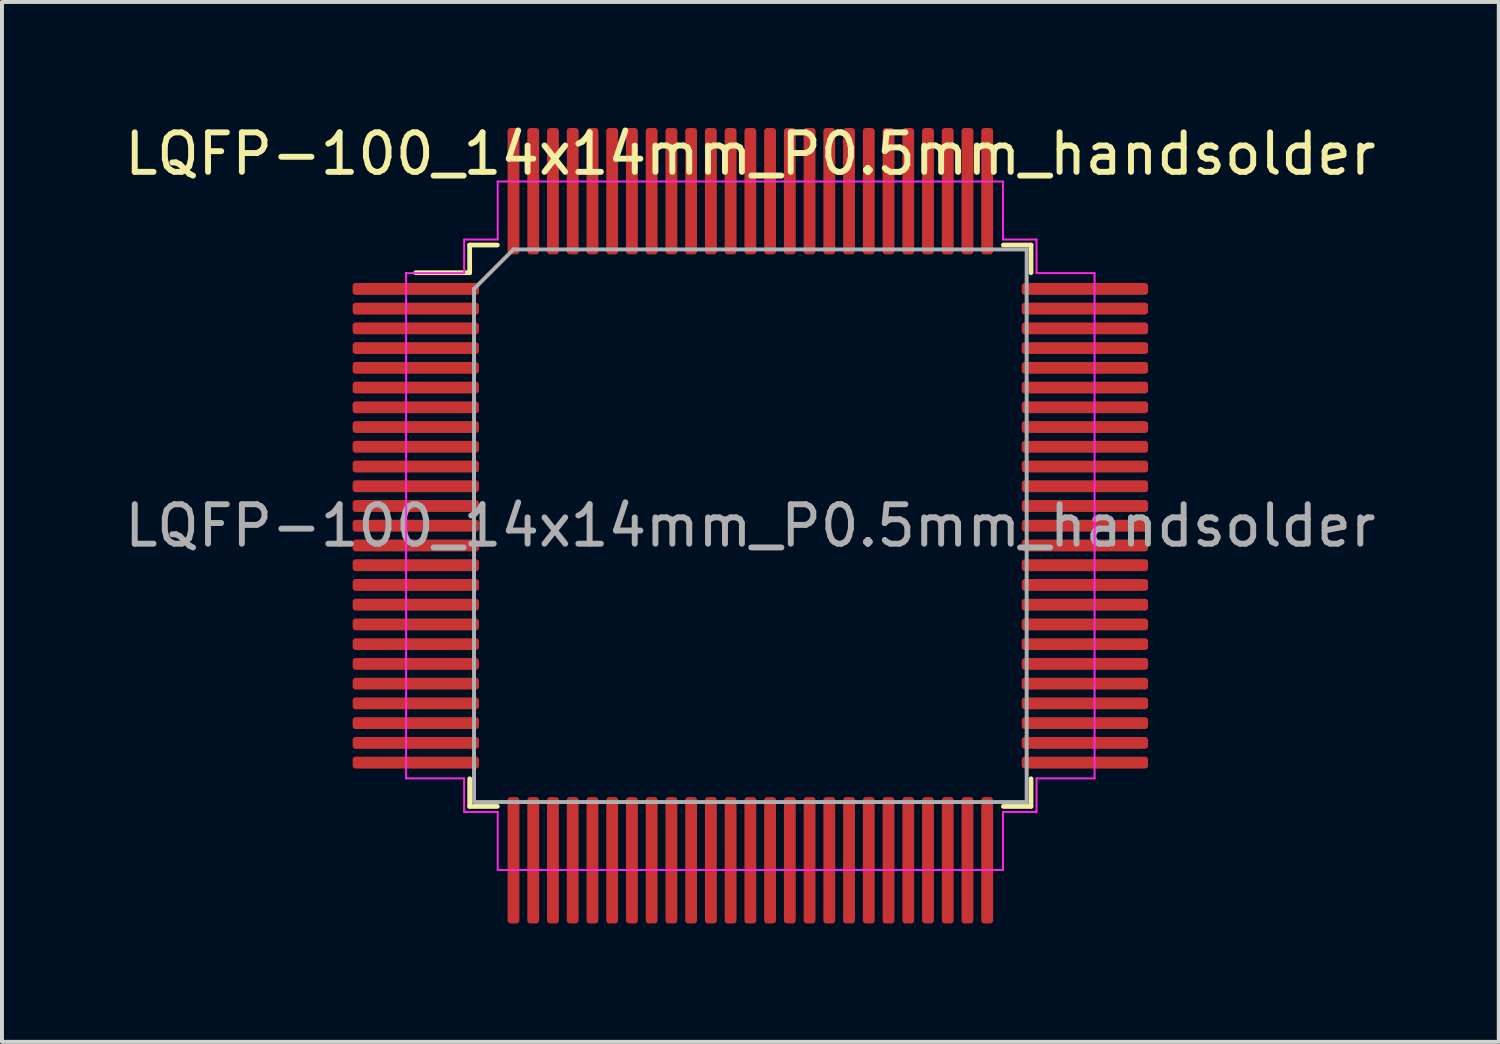
<source format=kicad_pcb>
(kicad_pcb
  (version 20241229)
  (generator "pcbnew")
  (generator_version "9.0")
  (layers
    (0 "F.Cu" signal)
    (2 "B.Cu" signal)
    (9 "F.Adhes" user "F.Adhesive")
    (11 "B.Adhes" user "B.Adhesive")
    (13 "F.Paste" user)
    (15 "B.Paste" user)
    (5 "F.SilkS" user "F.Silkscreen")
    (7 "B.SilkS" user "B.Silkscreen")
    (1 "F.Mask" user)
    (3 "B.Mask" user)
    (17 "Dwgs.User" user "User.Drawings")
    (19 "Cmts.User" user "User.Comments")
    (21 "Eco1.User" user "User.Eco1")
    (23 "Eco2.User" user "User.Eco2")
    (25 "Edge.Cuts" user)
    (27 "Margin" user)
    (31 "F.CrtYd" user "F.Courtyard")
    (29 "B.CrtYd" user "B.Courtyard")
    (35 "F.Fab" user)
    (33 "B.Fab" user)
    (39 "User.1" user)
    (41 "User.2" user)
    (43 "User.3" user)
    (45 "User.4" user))
  (footprint "LQFP-100_14x14mm_P0.5mm_handsolder"
    (layer "F.Cu")
    (at 15.958 10.268)
    (property "Reference" "LQFP-100_14x14mm_P0.5mm_handsolder" (at 0 -9.42 0) (layer "F.SilkS") (effects (font (size 1 1) (thickness 0.15))))
    (attr smd)
    (fp_line (start -7.11 -7.11) (end -7.11 -6.41) (stroke (width 0.12) (type solid)) (layer "F.SilkS"))
    (fp_line (start -7.11 -6.41) (end -8.475 -6.41) (stroke (width 0.12) (type solid)) (layer "F.SilkS"))
    (fp_line (start -7.11 7.11) (end -7.11 6.41) (stroke (width 0.12) (type solid)) (layer "F.SilkS"))
    (fp_line (start -6.41 -7.11) (end -7.11 -7.11) (stroke (width 0.12) (type solid)) (layer "F.SilkS"))
    (fp_line (start -6.41 7.11) (end -7.11 7.11) (stroke (width 0.12) (type solid)) (layer "F.SilkS"))
    (fp_line (start 6.41 -7.11) (end 7.11 -7.11) (stroke (width 0.12) (type solid)) (layer "F.SilkS"))
    (fp_line (start 6.41 7.11) (end 7.11 7.11) (stroke (width 0.12) (type solid)) (layer "F.SilkS"))
    (fp_line (start 7.11 -7.11) (end 7.11 -6.41) (stroke (width 0.12) (type solid)) (layer "F.SilkS"))
    (fp_line (start 7.11 7.11) (end 7.11 6.41) (stroke (width 0.12) (type solid)) (layer "F.SilkS"))
    (fp_line (start -8.72 -6.4) (end -8.72 0) (stroke (width 0.05) (type solid)) (layer "F.CrtYd"))
    (fp_line (start -8.72 6.4) (end -8.72 0) (stroke (width 0.05) (type solid)) (layer "F.CrtYd"))
    (fp_line (start -7.25 -7.25) (end -7.25 -6.4) (stroke (width 0.05) (type solid)) (layer "F.CrtYd"))
    (fp_line (start -7.25 -6.4) (end -8.72 -6.4) (stroke (width 0.05) (type solid)) (layer "F.CrtYd"))
    (fp_line (start -7.25 6.4) (end -8.72 6.4) (stroke (width 0.05) (type solid)) (layer "F.CrtYd"))
    (fp_line (start -7.25 7.25) (end -7.25 6.4) (stroke (width 0.05) (type solid)) (layer "F.CrtYd"))
    (fp_line (start -6.4 -8.72) (end -6.4 -7.25) (stroke (width 0.05) (type solid)) (layer "F.CrtYd"))
    (fp_line (start -6.4 -7.25) (end -7.25 -7.25) (stroke (width 0.05) (type solid)) (layer "F.CrtYd"))
    (fp_line (start -6.4 7.25) (end -7.25 7.25) (stroke (width 0.05) (type solid)) (layer "F.CrtYd"))
    (fp_line (start -6.4 8.72) (end -6.4 7.25) (stroke (width 0.05) (type solid)) (layer "F.CrtYd"))
    (fp_line (start 0 -8.72) (end -6.4 -8.72) (stroke (width 0.05) (type solid)) (layer "F.CrtYd"))
    (fp_line (start 0 -8.72) (end 6.4 -8.72) (stroke (width 0.05) (type solid)) (layer "F.CrtYd"))
    (fp_line (start 0 8.72) (end -6.4 8.72) (stroke (width 0.05) (type solid)) (layer "F.CrtYd"))
    (fp_line (start 0 8.72) (end 6.4 8.72) (stroke (width 0.05) (type solid)) (layer "F.CrtYd"))
    (fp_line (start 6.4 -8.72) (end 6.4 -7.25) (stroke (width 0.05) (type solid)) (layer "F.CrtYd"))
    (fp_line (start 6.4 -7.25) (end 7.25 -7.25) (stroke (width 0.05) (type solid)) (layer "F.CrtYd"))
    (fp_line (start 6.4 7.25) (end 7.25 7.25) (stroke (width 0.05) (type solid)) (layer "F.CrtYd"))
    (fp_line (start 6.4 8.72) (end 6.4 7.25) (stroke (width 0.05) (type solid)) (layer "F.CrtYd"))
    (fp_line (start 7.25 -7.25) (end 7.25 -6.4) (stroke (width 0.05) (type solid)) (layer "F.CrtYd"))
    (fp_line (start 7.25 -6.4) (end 8.72 -6.4) (stroke (width 0.05) (type solid)) (layer "F.CrtYd"))
    (fp_line (start 7.25 6.4) (end 8.72 6.4) (stroke (width 0.05) (type solid)) (layer "F.CrtYd"))
    (fp_line (start 7.25 7.25) (end 7.25 6.4) (stroke (width 0.05) (type solid)) (layer "F.CrtYd"))
    (fp_line (start 8.72 -6.4) (end 8.72 0) (stroke (width 0.05) (type solid)) (layer "F.CrtYd"))
    (fp_line (start 8.72 6.4) (end 8.72 0) (stroke (width 0.05) (type solid)) (layer "F.CrtYd"))
    (fp_line (start -7 -6) (end -6 -7) (stroke (width 0.1) (type solid)) (layer "F.Fab"))
    (fp_line (start -7 7) (end -7 -6) (stroke (width 0.1) (type solid)) (layer "F.Fab"))
    (fp_line (start -6 -7) (end 7 -7) (stroke (width 0.1) (type solid)) (layer "F.Fab"))
    (fp_line (start 7 -7) (end 7 7) (stroke (width 0.1) (type solid)) (layer "F.Fab"))
    (fp_line (start 7 7) (end -7 7) (stroke (width 0.1) (type solid)) (layer "F.Fab"))
    (fp_text user "${REFERENCE}" (at 0 0 0) (layer "F.Fab") (effects (font (size 1 1) (thickness 0.15))))
    (pad "1" smd roundrect (at -8.475 -6) (size 3.2 0.3) (layers "F.Cu" "F.Mask" "F.Paste") (roundrect_rratio 0.25))
    (pad "2" smd roundrect (at -8.475 -5.5) (size 3.2 0.3) (layers "F.Cu" "F.Mask" "F.Paste") (roundrect_rratio 0.25))
    (pad "3" smd roundrect (at -8.475 -5) (size 3.2 0.3) (layers "F.Cu" "F.Mask" "F.Paste") (roundrect_rratio 0.25))
    (pad "4" smd roundrect (at -8.475 -4.5) (size 3.2 0.3) (layers "F.Cu" "F.Mask" "F.Paste") (roundrect_rratio 0.25))
    (pad "5" smd roundrect (at -8.475 -4) (size 3.2 0.3) (layers "F.Cu" "F.Mask" "F.Paste") (roundrect_rratio 0.25))
    (pad "6" smd roundrect (at -8.475 -3.5) (size 3.2 0.3) (layers "F.Cu" "F.Mask" "F.Paste") (roundrect_rratio 0.25))
    (pad "7" smd roundrect (at -8.475 -3) (size 3.2 0.3) (layers "F.Cu" "F.Mask" "F.Paste") (roundrect_rratio 0.25))
    (pad "8" smd roundrect (at -8.475 -2.5) (size 3.2 0.3) (layers "F.Cu" "F.Mask" "F.Paste") (roundrect_rratio 0.25))
    (pad "9" smd roundrect (at -8.475 -2) (size 3.2 0.3) (layers "F.Cu" "F.Mask" "F.Paste") (roundrect_rratio 0.25))
    (pad "10" smd roundrect (at -8.475 -1.5) (size 3.2 0.3) (layers "F.Cu" "F.Mask" "F.Paste") (roundrect_rratio 0.25))
    (pad "11" smd roundrect (at -8.475 -1) (size 3.2 0.3) (layers "F.Cu" "F.Mask" "F.Paste") (roundrect_rratio 0.25))
    (pad "12" smd roundrect (at -8.475 -0.5) (size 3.2 0.3) (layers "F.Cu" "F.Mask" "F.Paste") (roundrect_rratio 0.25))
    (pad "13" smd roundrect (at -8.475 0) (size 3.2 0.3) (layers "F.Cu" "F.Mask" "F.Paste") (roundrect_rratio 0.25))
    (pad "14" smd roundrect (at -8.475 0.5) (size 3.2 0.3) (layers "F.Cu" "F.Mask" "F.Paste") (roundrect_rratio 0.25))
    (pad "15" smd roundrect (at -8.475 1) (size 3.2 0.3) (layers "F.Cu" "F.Mask" "F.Paste") (roundrect_rratio 0.25))
    (pad "16" smd roundrect (at -8.475 1.5) (size 3.2 0.3) (layers "F.Cu" "F.Mask" "F.Paste") (roundrect_rratio 0.25))
    (pad "17" smd roundrect (at -8.475 2) (size 3.2 0.3) (layers "F.Cu" "F.Mask" "F.Paste") (roundrect_rratio 0.25))
    (pad "18" smd roundrect (at -8.475 2.5) (size 3.2 0.3) (layers "F.Cu" "F.Mask" "F.Paste") (roundrect_rratio 0.25))
    (pad "19" smd roundrect (at -8.475 3) (size 3.2 0.3) (layers "F.Cu" "F.Mask" "F.Paste") (roundrect_rratio 0.25))
    (pad "20" smd roundrect (at -8.475 3.5) (size 3.2 0.3) (layers "F.Cu" "F.Mask" "F.Paste") (roundrect_rratio 0.25))
    (pad "21" smd roundrect (at -8.475 4) (size 3.2 0.3) (layers "F.Cu" "F.Mask" "F.Paste") (roundrect_rratio 0.25))
    (pad "22" smd roundrect (at -8.475 4.5) (size 3.2 0.3) (layers "F.Cu" "F.Mask" "F.Paste") (roundrect_rratio 0.25))
    (pad "23" smd roundrect (at -8.475 5) (size 3.2 0.3) (layers "F.Cu" "F.Mask" "F.Paste") (roundrect_rratio 0.25))
    (pad "24" smd roundrect (at -8.475 5.5) (size 3.2 0.3) (layers "F.Cu" "F.Mask" "F.Paste") (roundrect_rratio 0.25))
    (pad "25" smd roundrect (at -8.475 6) (size 3.2 0.3) (layers "F.Cu" "F.Mask" "F.Paste") (roundrect_rratio 0.25))
    (pad "26" smd roundrect (at -6 8.475) (size 0.3 3.2) (layers "F.Cu" "F.Mask" "F.Paste") (roundrect_rratio 0.25))
    (pad "27" smd roundrect (at -5.5 8.475) (size 0.3 3.2) (layers "F.Cu" "F.Mask" "F.Paste") (roundrect_rratio 0.25))
    (pad "28" smd roundrect (at -5 8.475) (size 0.3 3.2) (layers "F.Cu" "F.Mask" "F.Paste") (roundrect_rratio 0.25))
    (pad "29" smd roundrect (at -4.5 8.475) (size 0.3 3.2) (layers "F.Cu" "F.Mask" "F.Paste") (roundrect_rratio 0.25))
    (pad "30" smd roundrect (at -4 8.475) (size 0.3 3.2) (layers "F.Cu" "F.Mask" "F.Paste") (roundrect_rratio 0.25))
    (pad "31" smd roundrect (at -3.5 8.475) (size 0.3 3.2) (layers "F.Cu" "F.Mask" "F.Paste") (roundrect_rratio 0.25))
    (pad "32" smd roundrect (at -3 8.475) (size 0.3 3.2) (layers "F.Cu" "F.Mask" "F.Paste") (roundrect_rratio 0.25))
    (pad "33" smd roundrect (at -2.5 8.475) (size 0.3 3.2) (layers "F.Cu" "F.Mask" "F.Paste") (roundrect_rratio 0.25))
    (pad "34" smd roundrect (at -2 8.475) (size 0.3 3.2) (layers "F.Cu" "F.Mask" "F.Paste") (roundrect_rratio 0.25))
    (pad "35" smd roundrect (at -1.5 8.475) (size 0.3 3.2) (layers "F.Cu" "F.Mask" "F.Paste") (roundrect_rratio 0.25))
    (pad "36" smd roundrect (at -1 8.475) (size 0.3 3.2) (layers "F.Cu" "F.Mask" "F.Paste") (roundrect_rratio 0.25))
    (pad "37" smd roundrect (at -0.5 8.475) (size 0.3 3.2) (layers "F.Cu" "F.Mask" "F.Paste") (roundrect_rratio 0.25))
    (pad "38" smd roundrect (at 0 8.475) (size 0.3 3.2) (layers "F.Cu" "F.Mask" "F.Paste") (roundrect_rratio 0.25))
    (pad "39" smd roundrect (at 0.5 8.475) (size 0.3 3.2) (layers "F.Cu" "F.Mask" "F.Paste") (roundrect_rratio 0.25))
    (pad "40" smd roundrect (at 1 8.475) (size 0.3 3.2) (layers "F.Cu" "F.Mask" "F.Paste") (roundrect_rratio 0.25))
    (pad "41" smd roundrect (at 1.5 8.475) (size 0.3 3.2) (layers "F.Cu" "F.Mask" "F.Paste") (roundrect_rratio 0.25))
    (pad "42" smd roundrect (at 2 8.475) (size 0.3 3.2) (layers "F.Cu" "F.Mask" "F.Paste") (roundrect_rratio 0.25))
    (pad "43" smd roundrect (at 2.5 8.475) (size 0.3 3.2) (layers "F.Cu" "F.Mask" "F.Paste") (roundrect_rratio 0.25))
    (pad "44" smd roundrect (at 3 8.475) (size 0.3 3.2) (layers "F.Cu" "F.Mask" "F.Paste") (roundrect_rratio 0.25))
    (pad "45" smd roundrect (at 3.5 8.475) (size 0.3 3.2) (layers "F.Cu" "F.Mask" "F.Paste") (roundrect_rratio 0.25))
    (pad "46" smd roundrect (at 4 8.475) (size 0.3 3.2) (layers "F.Cu" "F.Mask" "F.Paste") (roundrect_rratio 0.25))
    (pad "47" smd roundrect (at 4.5 8.475) (size 0.3 3.2) (layers "F.Cu" "F.Mask" "F.Paste") (roundrect_rratio 0.25))
    (pad "48" smd roundrect (at 5 8.475) (size 0.3 3.2) (layers "F.Cu" "F.Mask" "F.Paste") (roundrect_rratio 0.25))
    (pad "49" smd roundrect (at 5.5 8.475) (size 0.3 3.2) (layers "F.Cu" "F.Mask" "F.Paste") (roundrect_rratio 0.25))
    (pad "50" smd roundrect (at 6 8.475) (size 0.3 3.2) (layers "F.Cu" "F.Mask" "F.Paste") (roundrect_rratio 0.25))
    (pad "51" smd roundrect (at 8.475 6) (size 3.2 0.3) (layers "F.Cu" "F.Mask" "F.Paste") (roundrect_rratio 0.25))
    (pad "52" smd roundrect (at 8.475 5.5) (size 3.2 0.3) (layers "F.Cu" "F.Mask" "F.Paste") (roundrect_rratio 0.25))
    (pad "53" smd roundrect (at 8.475 5) (size 3.2 0.3) (layers "F.Cu" "F.Mask" "F.Paste") (roundrect_rratio 0.25))
    (pad "54" smd roundrect (at 8.475 4.5) (size 3.2 0.3) (layers "F.Cu" "F.Mask" "F.Paste") (roundrect_rratio 0.25))
    (pad "55" smd roundrect (at 8.475 4) (size 3.2 0.3) (layers "F.Cu" "F.Mask" "F.Paste") (roundrect_rratio 0.25))
    (pad "56" smd roundrect (at 8.475 3.5) (size 3.2 0.3) (layers "F.Cu" "F.Mask" "F.Paste") (roundrect_rratio 0.25))
    (pad "57" smd roundrect (at 8.475 3) (size 3.2 0.3) (layers "F.Cu" "F.Mask" "F.Paste") (roundrect_rratio 0.25))
    (pad "58" smd roundrect (at 8.475 2.5) (size 3.2 0.3) (layers "F.Cu" "F.Mask" "F.Paste") (roundrect_rratio 0.25))
    (pad "59" smd roundrect (at 8.475 2) (size 3.2 0.3) (layers "F.Cu" "F.Mask" "F.Paste") (roundrect_rratio 0.25))
    (pad "60" smd roundrect (at 8.475 1.5) (size 3.2 0.3) (layers "F.Cu" "F.Mask" "F.Paste") (roundrect_rratio 0.25))
    (pad "61" smd roundrect (at 8.475 1) (size 3.2 0.3) (layers "F.Cu" "F.Mask" "F.Paste") (roundrect_rratio 0.25))
    (pad "62" smd roundrect (at 8.475 0.5) (size 3.2 0.3) (layers "F.Cu" "F.Mask" "F.Paste") (roundrect_rratio 0.25))
    (pad "63" smd roundrect (at 8.475 0) (size 3.2 0.3) (layers "F.Cu" "F.Mask" "F.Paste") (roundrect_rratio 0.25))
    (pad "64" smd roundrect (at 8.475 -0.5) (size 3.2 0.3) (layers "F.Cu" "F.Mask" "F.Paste") (roundrect_rratio 0.25))
    (pad "65" smd roundrect (at 8.475 -1) (size 3.2 0.3) (layers "F.Cu" "F.Mask" "F.Paste") (roundrect_rratio 0.25))
    (pad "66" smd roundrect (at 8.475 -1.5) (size 3.2 0.3) (layers "F.Cu" "F.Mask" "F.Paste") (roundrect_rratio 0.25))
    (pad "67" smd roundrect (at 8.475 -2) (size 3.2 0.3) (layers "F.Cu" "F.Mask" "F.Paste") (roundrect_rratio 0.25))
    (pad "68" smd roundrect (at 8.475 -2.5) (size 3.2 0.3) (layers "F.Cu" "F.Mask" "F.Paste") (roundrect_rratio 0.25))
    (pad "69" smd roundrect (at 8.475 -3) (size 3.2 0.3) (layers "F.Cu" "F.Mask" "F.Paste") (roundrect_rratio 0.25))
    (pad "70" smd roundrect (at 8.475 -3.5) (size 3.2 0.3) (layers "F.Cu" "F.Mask" "F.Paste") (roundrect_rratio 0.25))
    (pad "71" smd roundrect (at 8.475 -4) (size 3.2 0.3) (layers "F.Cu" "F.Mask" "F.Paste") (roundrect_rratio 0.25))
    (pad "72" smd roundrect (at 8.475 -4.5) (size 3.2 0.3) (layers "F.Cu" "F.Mask" "F.Paste") (roundrect_rratio 0.25))
    (pad "73" smd roundrect (at 8.475 -5) (size 3.2 0.3) (layers "F.Cu" "F.Mask" "F.Paste") (roundrect_rratio 0.25))
    (pad "74" smd roundrect (at 8.475 -5.5) (size 3.2 0.3) (layers "F.Cu" "F.Mask" "F.Paste") (roundrect_rratio 0.25))
    (pad "75" smd roundrect (at 8.475 -6) (size 3.2 0.3) (layers "F.Cu" "F.Mask" "F.Paste") (roundrect_rratio 0.25))
    (pad "76" smd roundrect (at 6 -8.475) (size 0.3 3.2) (layers "F.Cu" "F.Mask" "F.Paste") (roundrect_rratio 0.25))
    (pad "77" smd roundrect (at 5.5 -8.475) (size 0.3 3.2) (layers "F.Cu" "F.Mask" "F.Paste") (roundrect_rratio 0.25))
    (pad "78" smd roundrect (at 5 -8.475) (size 0.3 3.2) (layers "F.Cu" "F.Mask" "F.Paste") (roundrect_rratio 0.25))
    (pad "79" smd roundrect (at 4.5 -8.475) (size 0.3 3.2) (layers "F.Cu" "F.Mask" "F.Paste") (roundrect_rratio 0.25))
    (pad "80" smd roundrect (at 4 -8.475) (size 0.3 3.2) (layers "F.Cu" "F.Mask" "F.Paste") (roundrect_rratio 0.25))
    (pad "81" smd roundrect (at 3.5 -8.475) (size 0.3 3.2) (layers "F.Cu" "F.Mask" "F.Paste") (roundrect_rratio 0.25))
    (pad "82" smd roundrect (at 3 -8.475) (size 0.3 3.2) (layers "F.Cu" "F.Mask" "F.Paste") (roundrect_rratio 0.25))
    (pad "83" smd roundrect (at 2.5 -8.475) (size 0.3 3.2) (layers "F.Cu" "F.Mask" "F.Paste") (roundrect_rratio 0.25))
    (pad "84" smd roundrect (at 2 -8.475) (size 0.3 3.2) (layers "F.Cu" "F.Mask" "F.Paste") (roundrect_rratio 0.25))
    (pad "85" smd roundrect (at 1.5 -8.475) (size 0.3 3.2) (layers "F.Cu" "F.Mask" "F.Paste") (roundrect_rratio 0.25))
    (pad "86" smd roundrect (at 1 -8.475) (size 0.3 3.2) (layers "F.Cu" "F.Mask" "F.Paste") (roundrect_rratio 0.25))
    (pad "87" smd roundrect (at 0.5 -8.475) (size 0.3 3.2) (layers "F.Cu" "F.Mask" "F.Paste") (roundrect_rratio 0.25))
    (pad "88" smd roundrect (at 0 -8.475) (size 0.3 3.2) (layers "F.Cu" "F.Mask" "F.Paste") (roundrect_rratio 0.25))
    (pad "89" smd roundrect (at -0.5 -8.475) (size 0.3 3.2) (layers "F.Cu" "F.Mask" "F.Paste") (roundrect_rratio 0.25))
    (pad "90" smd roundrect (at -1 -8.475) (size 0.3 3.2) (layers "F.Cu" "F.Mask" "F.Paste") (roundrect_rratio 0.25))
    (pad "91" smd roundrect (at -1.5 -8.475) (size 0.3 3.2) (layers "F.Cu" "F.Mask" "F.Paste") (roundrect_rratio 0.25))
    (pad "92" smd roundrect (at -2 -8.475) (size 0.3 3.2) (layers "F.Cu" "F.Mask" "F.Paste") (roundrect_rratio 0.25))
    (pad "93" smd roundrect (at -2.5 -8.475) (size 0.3 3.2) (layers "F.Cu" "F.Mask" "F.Paste") (roundrect_rratio 0.25))
    (pad "94" smd roundrect (at -3 -8.475) (size 0.3 3.2) (layers "F.Cu" "F.Mask" "F.Paste") (roundrect_rratio 0.25))
    (pad "95" smd roundrect (at -3.5 -8.475) (size 0.3 3.2) (layers "F.Cu" "F.Mask" "F.Paste") (roundrect_rratio 0.25))
    (pad "96" smd roundrect (at -4 -8.475) (size 0.3 3.2) (layers "F.Cu" "F.Mask" "F.Paste") (roundrect_rratio 0.25))
    (pad "97" smd roundrect (at -4.5 -8.475) (size 0.3 3.2) (layers "F.Cu" "F.Mask" "F.Paste") (roundrect_rratio 0.25))
    (pad "98" smd roundrect (at -5 -8.475) (size 0.3 3.2) (layers "F.Cu" "F.Mask" "F.Paste") (roundrect_rratio 0.25))
    (pad "99" smd roundrect (at -5.5 -8.475) (size 0.3 3.2) (layers "F.Cu" "F.Mask" "F.Paste") (roundrect_rratio 0.25))
    (pad "100" smd roundrect (at -6 -8.475) (size 0.3 3.2) (layers "F.Cu" "F.Mask" "F.Paste") (roundrect_rratio 0.25)))
  (gr_rect
    (start -3 -3)
    (end 34.917 23.343)
    (stroke (width 0.1) (type default))
    (fill no)
    (layer "Edge.Cuts")))
</source>
